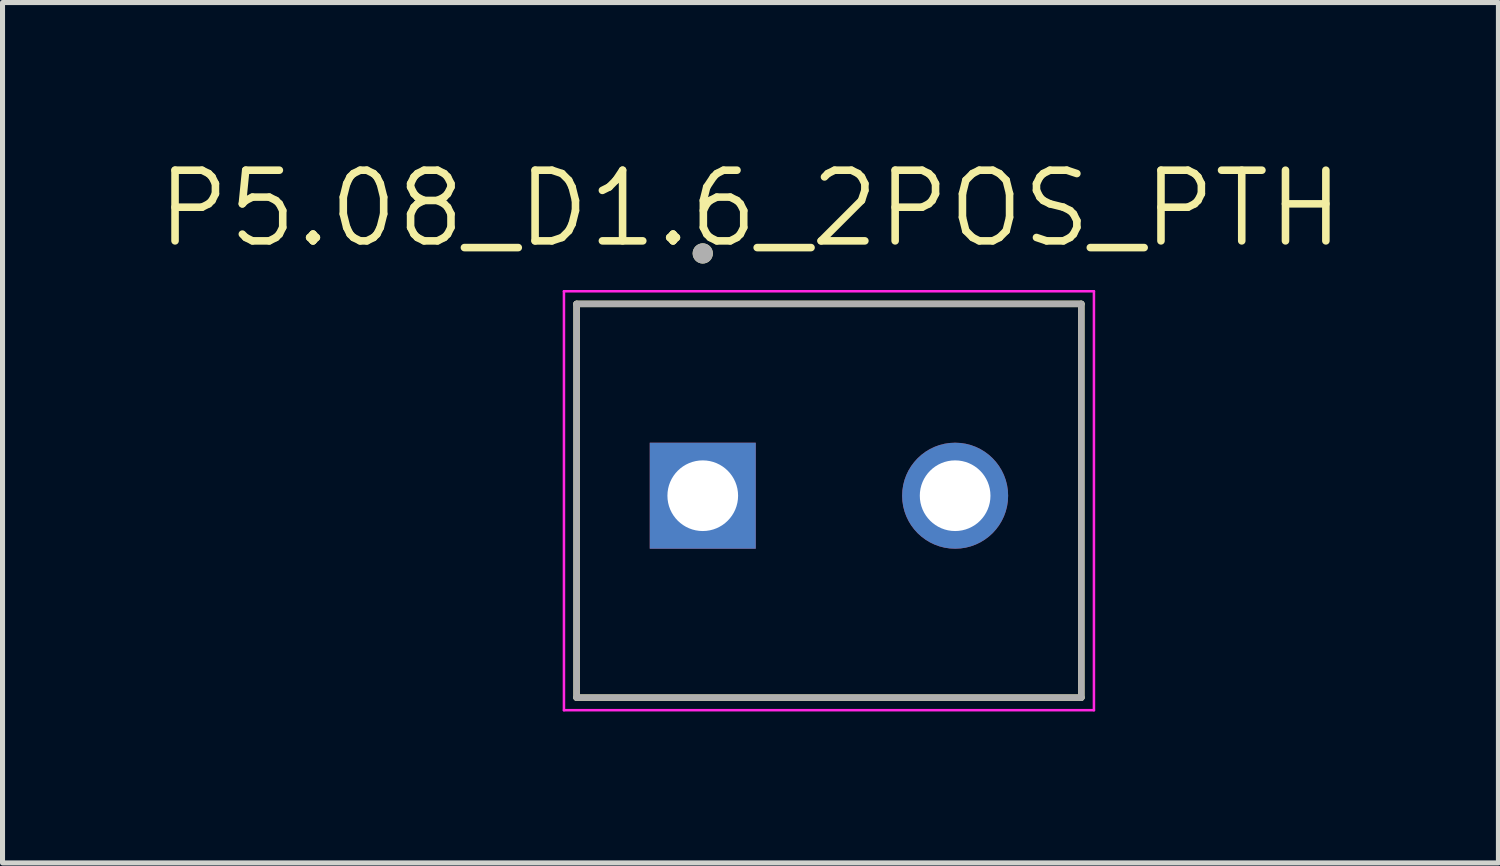
<source format=kicad_pcb>
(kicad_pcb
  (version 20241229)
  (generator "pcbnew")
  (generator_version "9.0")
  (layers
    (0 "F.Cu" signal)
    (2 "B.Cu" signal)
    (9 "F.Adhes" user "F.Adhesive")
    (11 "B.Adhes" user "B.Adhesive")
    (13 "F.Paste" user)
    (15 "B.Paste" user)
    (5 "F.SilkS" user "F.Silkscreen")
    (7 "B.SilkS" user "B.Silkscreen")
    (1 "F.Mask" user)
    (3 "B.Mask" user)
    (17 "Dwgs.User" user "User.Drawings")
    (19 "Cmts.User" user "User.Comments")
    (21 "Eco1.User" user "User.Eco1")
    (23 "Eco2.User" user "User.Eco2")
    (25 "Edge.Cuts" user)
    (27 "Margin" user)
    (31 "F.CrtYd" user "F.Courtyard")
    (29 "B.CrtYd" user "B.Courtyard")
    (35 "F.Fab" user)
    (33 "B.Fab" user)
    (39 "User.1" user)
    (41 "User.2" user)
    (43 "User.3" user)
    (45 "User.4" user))
  (footprint "P5.08_D1.6_2POS_PTH"
    (layer "F.Cu")
    (at 10.873 6.771)
    (property "Reference" "P5.08_D1.6_2POS_PTH" (at 0.945 -5.689 0) (layer "F.SilkS") (effects (font (size 1.4 1.4) (thickness 0.15))))
    (attr through_hole)
    (fp_line (start -2.5 -3.8) (end 7.5 -3.8) (stroke (width 0.127) (type solid)) (layer "F.SilkS"))
    (fp_line (start -2.5 4) (end -2.5 -3.8) (stroke (width 0.127) (type solid)) (layer "F.SilkS"))
    (fp_line (start 7.5 -3.8) (end 7.5 4) (stroke (width 0.127) (type solid)) (layer "F.SilkS"))
    (fp_line (start 7.5 4) (end -2.5 4) (stroke (width 0.127) (type solid)) (layer "F.SilkS"))
    (fp_circle (center 0 -4.8) (end 0.1 -4.8) (stroke (width 0.2) (type solid)) (fill no) (layer "F.SilkS"))
    (fp_line (start -2.75 -4.05) (end 7.75 -4.05) (stroke (width 0.05) (type solid)) (layer "F.CrtYd"))
    (fp_line (start -2.75 4.25) (end -2.75 -4.05) (stroke (width 0.05) (type solid)) (layer "F.CrtYd"))
    (fp_line (start 7.75 -4.05) (end 7.75 4.25) (stroke (width 0.05) (type solid)) (layer "F.CrtYd"))
    (fp_line (start 7.75 4.25) (end -2.75 4.25) (stroke (width 0.05) (type solid)) (layer "F.CrtYd"))
    (fp_line (start -2.5 -3.8) (end 7.5 -3.8) (stroke (width 0.127) (type solid)) (layer "F.Fab"))
    (fp_line (start -2.5 4) (end -2.5 -3.8) (stroke (width 0.127) (type solid)) (layer "F.Fab"))
    (fp_line (start 7.5 -3.8) (end 7.5 4) (stroke (width 0.127) (type solid)) (layer "F.Fab"))
    (fp_line (start 7.5 4) (end -2.5 4) (stroke (width 0.127) (type solid)) (layer "F.Fab"))
    (fp_circle (center 0 -4.8) (end 0.1 -4.8) (stroke (width 0.2) (type solid)) (fill no) (layer "F.Fab"))
    (pad "1" thru_hole rect (at 0 0) (size 2.1 2.1) (drill 1.4) (layers "*.Cu" "*.Mask"))
    (pad "2" thru_hole circle (at 5 0) (size 2.1 2.1) (drill 1.4) (layers "*.Cu" "*.Mask")))
  (gr_rect
    (start -3 -3)
    (end 26.637 14.046)
    (stroke (width 0.1) (type default))
    (fill no)
    (layer "Edge.Cuts")))
</source>
